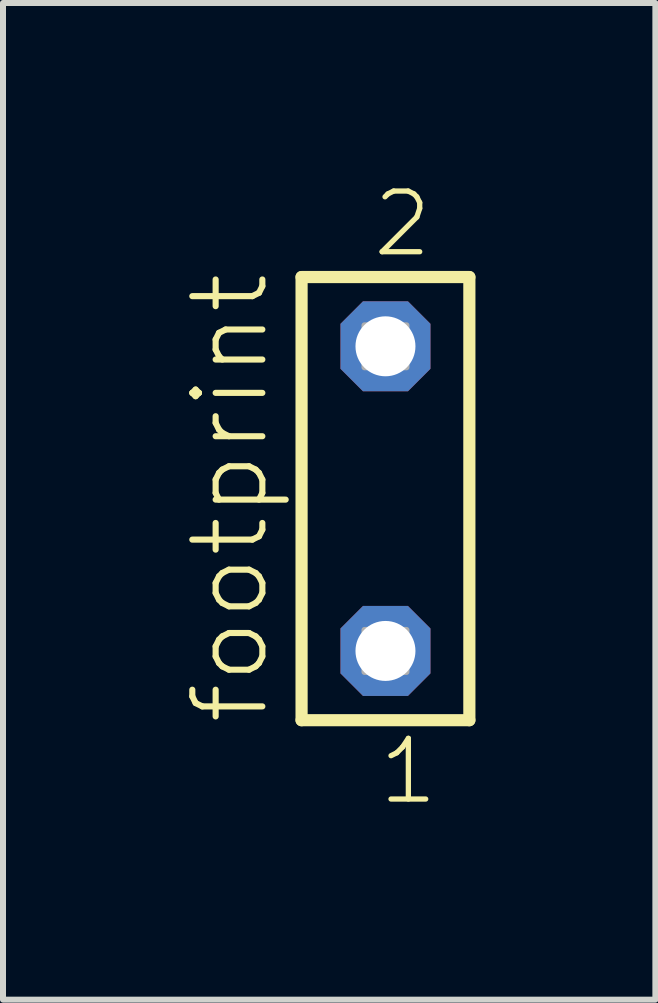
<source format=kicad_pcb>
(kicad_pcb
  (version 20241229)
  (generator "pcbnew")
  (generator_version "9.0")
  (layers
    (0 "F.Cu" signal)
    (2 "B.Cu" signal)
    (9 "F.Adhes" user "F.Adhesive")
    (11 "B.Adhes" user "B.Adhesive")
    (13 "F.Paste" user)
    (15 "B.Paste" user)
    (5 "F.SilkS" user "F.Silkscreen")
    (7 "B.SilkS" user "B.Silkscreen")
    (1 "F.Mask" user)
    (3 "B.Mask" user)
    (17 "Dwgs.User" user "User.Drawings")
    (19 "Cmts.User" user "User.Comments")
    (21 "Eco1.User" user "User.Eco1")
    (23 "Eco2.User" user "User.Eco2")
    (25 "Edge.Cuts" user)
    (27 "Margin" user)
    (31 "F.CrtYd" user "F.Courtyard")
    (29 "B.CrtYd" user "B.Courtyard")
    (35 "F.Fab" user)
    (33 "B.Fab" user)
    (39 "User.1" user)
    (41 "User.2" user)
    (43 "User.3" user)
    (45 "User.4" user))
  (footprint "footprint"
    (layer "F.Cu")
    (at 3.378 5.265)
    (property "Reference" "footprint" (at -1.905 3.81 90) (layer "F.SilkS") (effects (font (size 1.168 1.168) (thickness 0.102)) (justify left bottom)))
    (fp_line (start -1.399 -3.695) (end 1.399 -3.695) (stroke (width 0.203) (type solid)) (layer "F.SilkS"))
    (fp_line (start -1.399 3.695) (end -1.399 -3.695) (stroke (width 0.203) (type solid)) (layer "F.SilkS"))
    (fp_line (start 1.399 -3.695) (end 1.399 3.695) (stroke (width 0.203) (type solid)) (layer "F.SilkS"))
    (fp_line (start 1.399 3.695) (end -1.399 3.695) (stroke (width 0.203) (type solid)) (layer "F.SilkS"))
    (fp_poly (pts (xy -0.35 -2.19) (xy 0.35 -2.19) (xy 0.35 -2.89) (xy -0.35 -2.89)) (stroke (width 0.1) (type solid)) (fill no) (layer "F.Fab"))
    (fp_poly (pts (xy -0.35 2.89) (xy 0.35 2.89) (xy 0.35 2.19) (xy -0.35 2.19)) (stroke (width 0.1) (type solid)) (fill no) (layer "F.Fab"))
    (fp_text user "1" (at -0.158 5.138 0) (layer "F.SilkS") (effects (font (size 1.012 1.012) (thickness 0.088)) (justify left bottom)))
    (fp_text user "2" (at -0.258 -3.989 0) (layer "F.SilkS") (effects (font (size 1.012 1.012) (thickness 0.088)) (justify left bottom)))
    (pad "1" thru_hole roundrect (at 0 2.54 180) (size 1.5 1.5) (drill 1) (layers "*.Cu" "*.Mask") (roundrect_rratio 0.25) (chamfer_ratio 0.25) (chamfer top_left top_right bottom_left bottom_right))
    (pad "2" thru_hole roundrect (at 0 -2.54 180) (size 1.5 1.5) (drill 1) (layers "*.Cu" "*.Mask") (roundrect_rratio 0.25) (chamfer_ratio 0.25) (chamfer top_left top_right bottom_left bottom_right)))
  (gr_rect
    (start -3 -3)
    (end 7.879 13.62)
    (stroke (width 0.1) (type default))
    (fill no)
    (layer "Edge.Cuts")))
</source>
